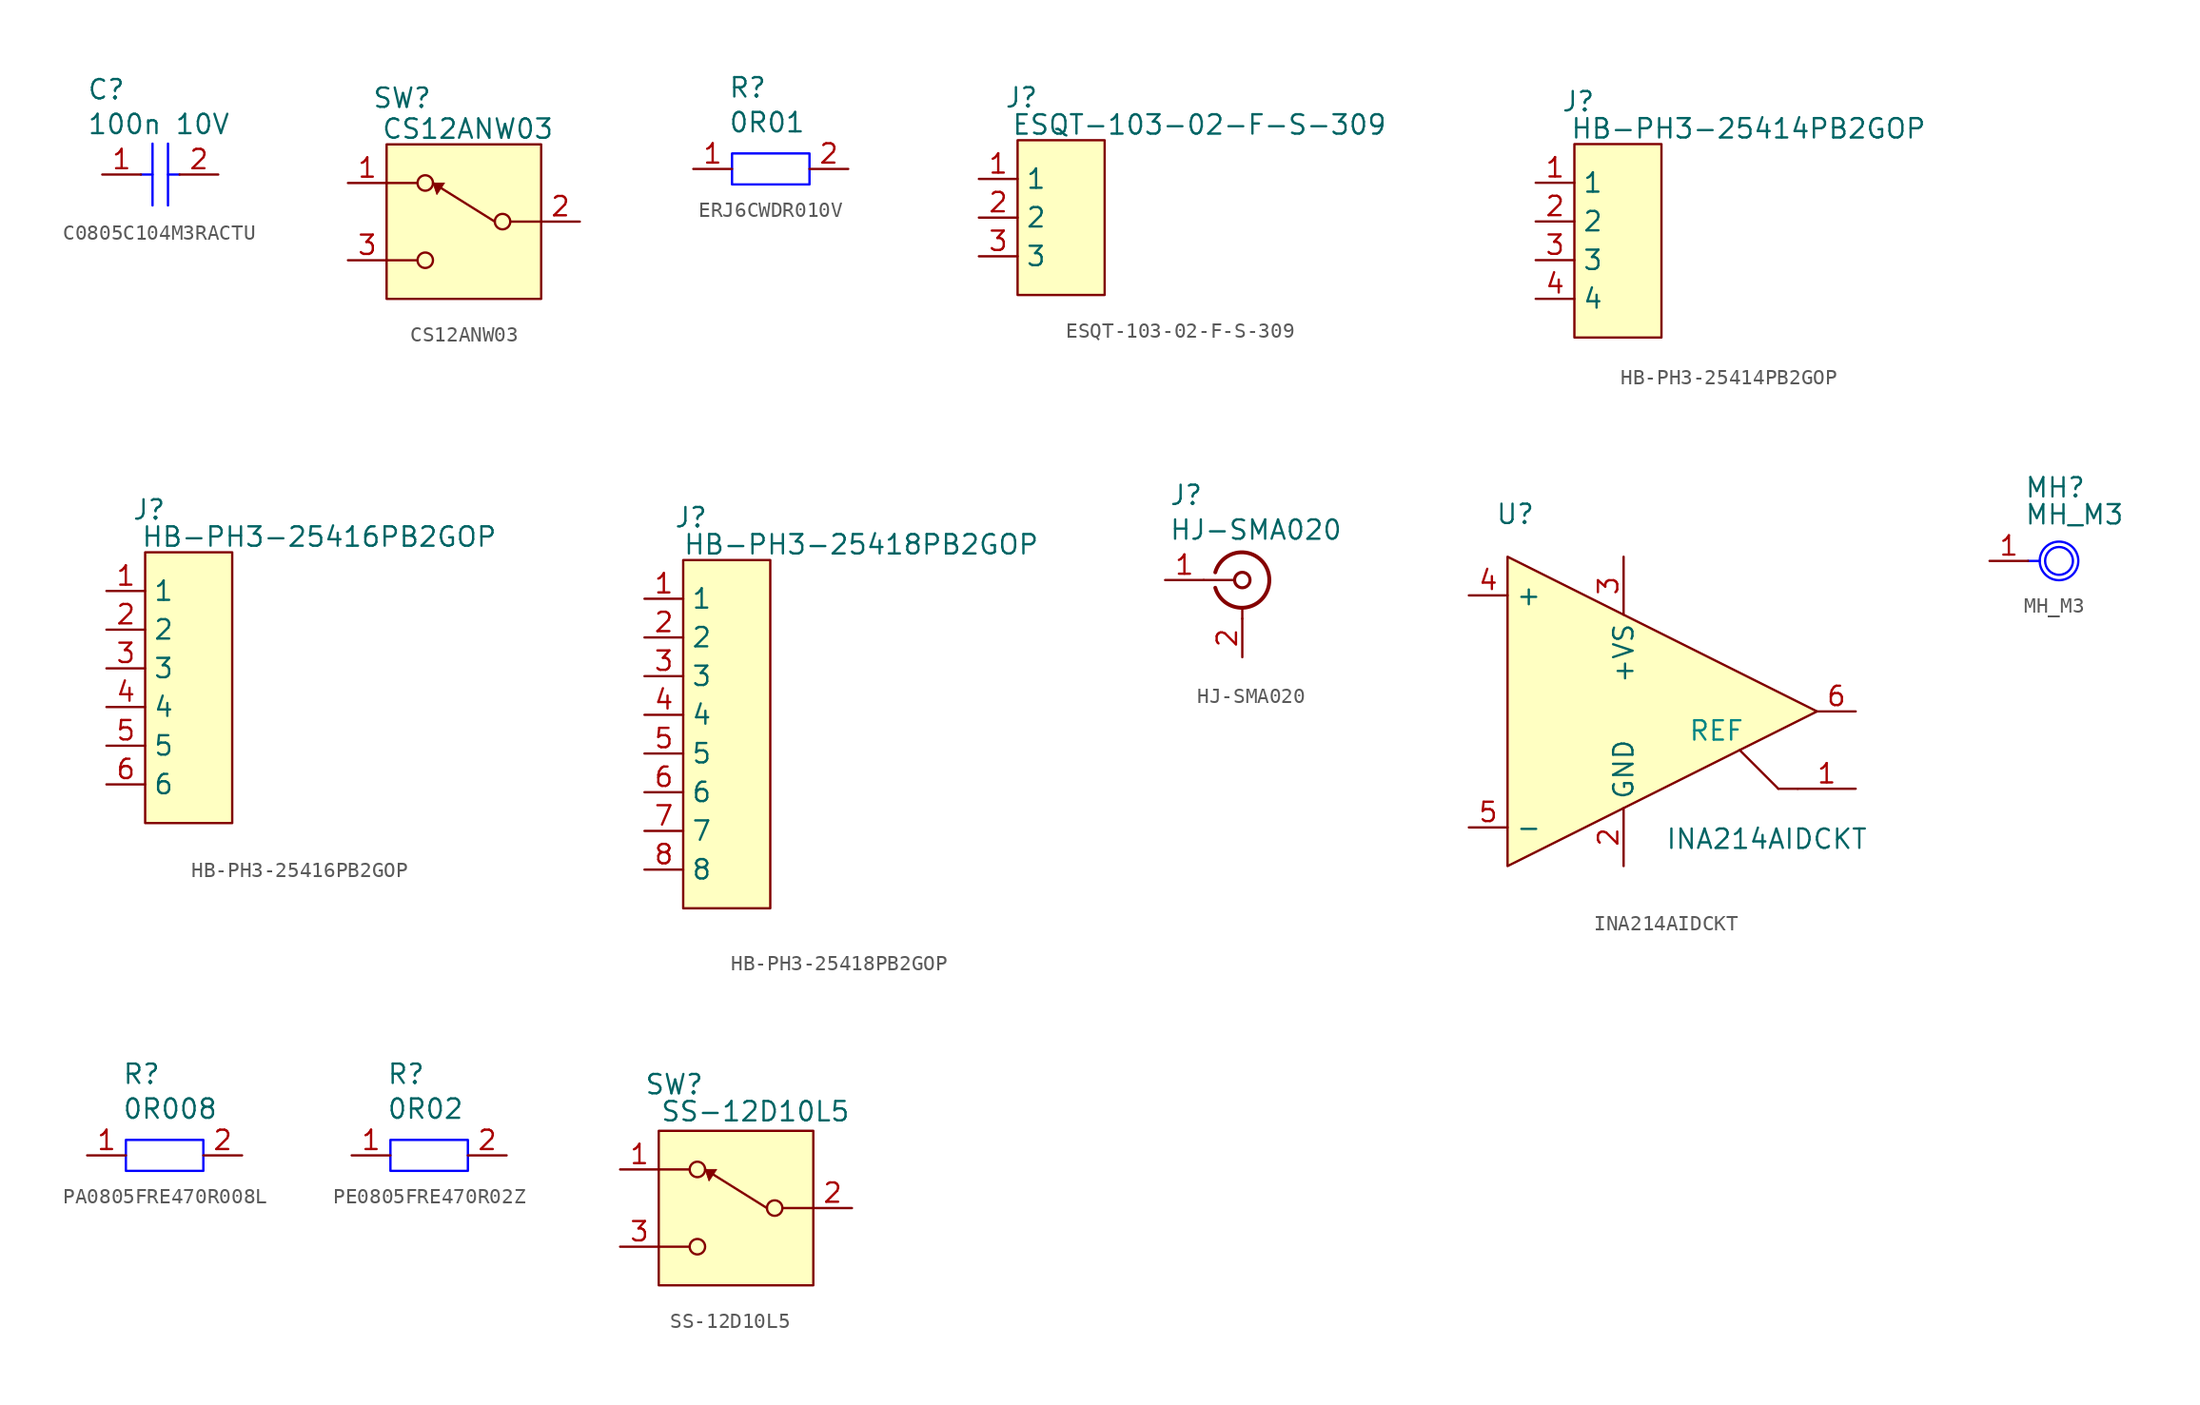
<source format=kicad_sym>
(kicad_symbol_lib
  (version 20231120)
  (generator "kicad_symbol_editor")
  (generator_version "8.0")
  (symbol "C0805C104M3RACTU"
    (property "Reference" "C"
      (at -4.826 5.588 0)
      (effects (font (size 1.27 1.27)) (justify left)))
    (property "Value" "100n 10V"
      (at -4.826 3.302 0)
      (effects (font (size 1.27 1.27)) (justify left)))
    (symbol "C0805C104M3RACTU_1_1"
      (polyline (pts (xy -1.27 0) (xy -0.508 0)) (stroke (width 0) (type default) (color 0 0 255 1)) (fill (type none)))
      (polyline (pts (xy -0.508 2.032) (xy -0.508 -2.032)) (stroke (width 0) (type default) (color 0 0 255 1)) (fill (type none)))
      (polyline (pts (xy 0.508 2.032) (xy 0.508 -2.032)) (stroke (width 0) (type default) (color 0 0 255 1)) (fill (type none)))
      (polyline (pts (xy 1.27 0) (xy 0.508 0)) (stroke (width 0) (type default) (color 0 0 255 1)) (fill (type none)))
      (pin passive line (at -3.81 0 0) (length 2.54) (name "" (effects (font (size 1.27 1.27)))) (number "1" (effects (font (size 1.27 1.27)))))
      (pin passive line (at 3.81 0 180) (length 2.54) (name "" (effects (font (size 1.27 1.27)))) (number "2" (effects (font (size 1.27 1.27)))))))
  (symbol "CS12ANW03"
    (property "Reference" "SW"
      (at 1.016 3.048 0)
      (effects (font (size 1.27 1.27))))
    (property "Value" "CS12ANW03"
      (at 5.334 1.016 0)
      (effects (font (size 1.27 1.27))))
    (symbol "CS12ANW03_0_1"
      (rectangle (start 0 0) (end 10.16 -10.16) (stroke (width 0) (type default) (color 128 0 0 1)) (fill (type background)))
      (circle (center 2.54 -7.62) (radius 0.508) (stroke (width 0) (type default)) (fill (type none)))
      (circle (center 2.54 -2.54) (radius 0.508) (stroke (width 0) (type default)) (fill (type none)))
      (circle (center 7.62 -5.08) (radius 0.508) (stroke (width 0) (type default)) (fill (type none))))
    (symbol "CS12ANW03_1_1"
      (polyline (pts (xy 0 -7.62) (xy 2.032 -7.62)) (stroke (width 0) (type default)) (fill (type none)))
      (polyline (pts (xy 0 -2.54) (xy 2.032 -2.54)) (stroke (width 0) (type default)) (fill (type none)))
      (polyline (pts (xy 7.112 -5.08) (xy 3.048 -2.54)) (stroke (width 0) (type default)) (fill (type none)))
      (polyline (pts (xy 10.16 -5.08) (xy 8.128 -5.08)) (stroke (width 0) (type default)) (fill (type none)))
      (polyline (pts (xy 3.81 -2.54) (xy 3.302 -3.302) (xy 3.048 -2.54) (xy 3.81 -2.54)) (stroke (width 0.051) (type default)) (fill (type color) (color 132 0 0 1)))
      (pin passive line (at -2.54 -2.54 0) (length 2.54) (name "~" (effects (font (size 1.27 1.27)))) (number "1" (effects (font (size 1.27 1.27)))))
      (pin passive line (at 12.7 -5.08 180) (length 2.54) (name "~" (effects (font (size 1.27 1.27)))) (number "2" (effects (font (size 1.27 1.27)))))
      (pin passive line (at -2.54 -7.62 0) (length 2.54) (name "~" (effects (font (size 1.27 1.27)))) (number "3" (effects (font (size 1.27 1.27)))))))
  (symbol "ERJ6CWDR010V"
    (property "Reference" "R"
      (at -2.794 5.334 0)
      (effects (font (size 1.27 1.27)) (justify left)))
    (property "Value" "0R01"
      (at -2.794 3.048 0)
      (effects (font (size 1.27 1.27)) (justify left)))
    (symbol "ERJ6CWDR010V_0_1"
      (rectangle (start -2.54 1.016) (end 2.54 -1.016) (stroke (width 0) (type default) (color 0 0 255 1)) (fill (type none))))
    (symbol "ERJ6CWDR010V_1_1"
      (pin passive line (at -5.08 0 0) (length 2.54) (name "" (effects (font (size 1.27 1.27)))) (number "1" (effects (font (size 1.27 1.27)))))
      (pin passive line (at 5.08 0 180) (length 2.54) (name "" (effects (font (size 1.27 1.27)))) (number "2" (effects (font (size 1.27 1.27)))))))
  (symbol "ESQT-103-02-F-S-309"
    (property "Reference" "J"
      (at 0.254 2.794 0)
      (effects (font (size 1.27 1.27))))
    (property "Value" "ESQT-103-02-F-S-309"
      (at 11.938 1.016 0)
      (effects (font (size 1.27 1.27))))
    (symbol "ESQT-103-02-F-S-309_0_1"
      (rectangle (start 0 0) (end 5.715 -10.16) (stroke (width 0) (type default) (color 128 0 0 1)) (fill (type background))))
    (symbol "ESQT-103-02-F-S-309_1_1"
      (pin passive line (at -2.54 -2.54 0) (length 2.54) (name "1" (effects (font (size 1.27 1.27)))) (number "1" (effects (font (size 1.27 1.27)))))
      (pin passive line (at -2.54 -5.08 0) (length 2.54) (name "2" (effects (font (size 1.27 1.27)))) (number "2" (effects (font (size 1.27 1.27)))))
      (pin passive line (at -2.54 -7.62 0) (length 2.54) (name "3" (effects (font (size 1.27 1.27)))) (number "3" (effects (font (size 1.27 1.27)))))))
  (symbol "HB-PH3-25414PB2GOP"
    (property "Reference" "J"
      (at 0.254 2.794 0)
      (effects (font (size 1.27 1.27))))
    (property "Value" "HB-PH3-25414PB2GOP"
      (at 11.43 1.016 0)
      (effects (font (size 1.27 1.27))))
    (symbol "HB-PH3-25414PB2GOP_0_1"
      (rectangle (start 0 0) (end 5.715 -12.7) (stroke (width 0) (type default) (color 128 0 0 1)) (fill (type background))))
    (symbol "HB-PH3-25414PB2GOP_1_1"
      (pin passive line (at -2.54 -2.54 0) (length 2.54) (name "1" (effects (font (size 1.27 1.27)))) (number "1" (effects (font (size 1.27 1.27)))))
      (pin passive line (at -2.54 -5.08 0) (length 2.54) (name "2" (effects (font (size 1.27 1.27)))) (number "2" (effects (font (size 1.27 1.27)))))
      (pin passive line (at -2.54 -7.62 0) (length 2.54) (name "3" (effects (font (size 1.27 1.27)))) (number "3" (effects (font (size 1.27 1.27)))))
      (pin passive line (at -2.54 -10.16 0) (length 2.54) (name "4" (effects (font (size 1.27 1.27)))) (number "4" (effects (font (size 1.27 1.27)))))))
  (symbol "HB-PH3-25416PB2GOP"
    (property "Reference" "J"
      (at 0.254 2.794 0)
      (effects (font (size 1.27 1.27))))
    (property "Value" "HB-PH3-25416PB2GOP"
      (at 11.43 1.016 0)
      (effects (font (size 1.27 1.27))))
    (symbol "HB-PH3-25416PB2GOP_0_1"
      (rectangle (start 0 0) (end 5.715 -17.78) (stroke (width 0) (type default) (color 128 0 0 1)) (fill (type background))))
    (symbol "HB-PH3-25416PB2GOP_1_1"
      (pin passive line (at -2.54 -2.54 0) (length 2.54) (name "1" (effects (font (size 1.27 1.27)))) (number "1" (effects (font (size 1.27 1.27)))))
      (pin passive line (at -2.54 -5.08 0) (length 2.54) (name "2" (effects (font (size 1.27 1.27)))) (number "2" (effects (font (size 1.27 1.27)))))
      (pin passive line (at -2.54 -7.62 0) (length 2.54) (name "3" (effects (font (size 1.27 1.27)))) (number "3" (effects (font (size 1.27 1.27)))))
      (pin passive line (at -2.54 -10.16 0) (length 2.54) (name "4" (effects (font (size 1.27 1.27)))) (number "4" (effects (font (size 1.27 1.27)))))
      (pin passive line (at -2.54 -12.7 0) (length 2.54) (name "5" (effects (font (size 1.27 1.27)))) (number "5" (effects (font (size 1.27 1.27)))))
      (pin passive line (at -2.54 -15.24 0) (length 2.54) (name "6" (effects (font (size 1.27 1.27)))) (number "6" (effects (font (size 1.27 1.27)))))))
  (symbol "HB-PH3-25418PB2GOP"
    (property "Reference" "J"
      (at 0.508 2.794 0)
      (effects (font (size 1.27 1.27))))
    (property "Value" "HB-PH3-25418PB2GOP"
      (at 11.684 1.016 0)
      (effects (font (size 1.27 1.27))))
    (symbol "HB-PH3-25418PB2GOP_0_1"
      (rectangle (start 0 0) (end 5.715 -22.86) (stroke (width 0) (type default) (color 128 0 0 1)) (fill (type background))))
    (symbol "HB-PH3-25418PB2GOP_1_1"
      (pin passive line (at -2.54 -2.54 0) (length 2.54) (name "1" (effects (font (size 1.27 1.27)))) (number "1" (effects (font (size 1.27 1.27)))))
      (pin passive line (at -2.54 -5.08 0) (length 2.54) (name "2" (effects (font (size 1.27 1.27)))) (number "2" (effects (font (size 1.27 1.27)))))
      (pin passive line (at -2.54 -7.62 0) (length 2.54) (name "3" (effects (font (size 1.27 1.27)))) (number "3" (effects (font (size 1.27 1.27)))))
      (pin passive line (at -2.54 -10.16 0) (length 2.54) (name "4" (effects (font (size 1.27 1.27)))) (number "4" (effects (font (size 1.27 1.27)))))
      (pin passive line (at -2.54 -12.7 0) (length 2.54) (name "5" (effects (font (size 1.27 1.27)))) (number "5" (effects (font (size 1.27 1.27)))))
      (pin passive line (at -2.54 -15.24 0) (length 2.54) (name "6" (effects (font (size 1.27 1.27)))) (number "6" (effects (font (size 1.27 1.27)))))
      (pin passive line (at -2.54 -17.78 0) (length 2.54) (name "7" (effects (font (size 1.27 1.27)))) (number "7" (effects (font (size 1.27 1.27)))))
      (pin passive line (at -2.54 -20.32 0) (length 2.54) (name "8" (effects (font (size 1.27 1.27)))) (number "8" (effects (font (size 1.27 1.27)))))))
  (symbol "HJ-SMA020"
    (property "Reference" "J"
      (at -4.826 5.588 0)
      (effects (font (size 1.27 1.27)) (justify left)))
    (property "Value" "HJ-SMA020"
      (at -4.826 3.302 0)
      (effects (font (size 1.27 1.27)) (justify left)))
    (symbol "HJ-SMA020_0_1"
      (arc (start -1.778 -0.508) (mid 0.2311 -1.8066) (end 1.778 0) (stroke (width 0.254) (type default)) (fill (type none)))
      (polyline (pts (xy -2.54 0) (xy -0.508 0)) (stroke (width 0) (type default)) (fill (type none)))
      (polyline (pts (xy 0 -2.54) (xy 0 -1.778)) (stroke (width 0) (type default)) (fill (type none)))
      (circle (center 0 0) (radius 0.508) (stroke (width 0.203) (type default)) (fill (type none)))
      (arc (start 1.778 0) (mid 0.2099 1.8101) (end -1.778 0.508) (stroke (width 0.254) (type default)) (fill (type none))))
    (symbol "HJ-SMA020_1_1"
      (pin passive line (at -5.08 0 0) (length 2.54) (name "~" (effects (font (size 1.27 1.27)))) (number "1" (effects (font (size 1.27 1.27)))))
      (pin passive line (at 0 -5.08 90) (length 2.54) (name "~" (effects (font (size 1.27 1.27)))) (number "2" (effects (font (size 1.27 1.27)))))))
  (symbol "INA214AIDCKT"
    (property "Reference" "U"
      (at 0.508 2.794 0)
      (effects (font (size 1.27 1.27))))
    (property "Value" "INA214AIDCKT"
      (at 17.018 -18.542 0)
      (effects (font (size 1.27 1.27))))
    (symbol "INA214AIDCKT_0_1"
      (polyline (pts (xy 15.24 -12.7) (xy 17.78 -15.24)) (stroke (width 0) (type default)) (fill (type none))))
    (symbol "INA214AIDCKT_1_1"
      (polyline (pts (xy 19.05 -15.24) (xy 17.78 -15.24)) (stroke (width 0) (type default)) (fill (type none)))
      (polyline (pts (xy 0 0) (xy 0 -20.32) (xy 20.32 -10.16) (xy 0 0)) (stroke (width 0) (type default) (color 128 0 0 1)) (fill (type background)))
      (text "REF" (at 13.716 -11.43 0) (effects (font (size 1.27 1.27) (color 0 132 132 1))))
      (pin passive line (at 22.86 -15.24 180) (length 3.81) (name "~" (effects (font (size 1.27 1.27)))) (number "1" (effects (font (size 1.27 1.27)))))
      (pin input line (at 7.62 -20.32 90) (length 3.81) (name "GND" (effects (font (size 1.27 1.27)))) (number "2" (effects (font (size 1.27 1.27)))))
      (pin input line (at 7.62 0 270) (length 3.81) (name "+VS" (effects (font (size 1.27 1.27)))) (number "3" (effects (font (size 1.27 1.27)))))
      (pin input line (at -2.54 -2.54 0) (length 2.54) (name "+" (effects (font (size 1.27 1.27)))) (number "4" (effects (font (size 1.27 1.27)))))
      (pin input line (at -2.54 -17.78 0) (length 2.54) (name "-" (effects (font (size 1.27 1.27)))) (number "5" (effects (font (size 1.27 1.27)))))
      (pin output line (at 22.86 -10.16 180) (length 2.54) (name "~" (effects (font (size 1.27 1.27)))) (number "6" (effects (font (size 1.27 1.27)))))))
  (symbol "MH_M3"
    (property "Reference" "MH"
      (at -1.524 4.826 0)
      (effects (font (size 1.27 1.27)) (justify left)))
    (property "Value" "MH_M3"
      (at -1.524 3.048 0)
      (effects (font (size 1.27 1.27)) (justify left)))
    (symbol "MH_M3_0_1"
      (polyline (pts (xy -1.27 0) (xy -0.508 0)) (stroke (width 0) (type default) (color 0 0 255 1)) (fill (type none)))
      (circle (center 0.762 0) (radius 0.916) (stroke (width 0) (type default) (color 0 0 255 1)) (fill (type none)))
      (circle (center 0.762 0) (radius 1.27) (stroke (width 0) (type default) (color 0 0 255 1)) (fill (type none))))
    (symbol "MH_M3_1_1"
      (pin passive line (at -3.81 0 0) (length 2.54) (name "" (effects (font (size 1.27 1.27)))) (number "1" (effects (font (size 1.27 1.27)))))))
  (symbol "PA0805FRE470R008L"
    (property "Reference" "R"
      (at -2.794 5.334 0)
      (effects (font (size 1.27 1.27)) (justify left)))
    (property "Value" "0R008"
      (at -2.794 3.048 0)
      (effects (font (size 1.27 1.27)) (justify left)))
    (symbol "PA0805FRE470R008L_0_1"
      (rectangle (start -2.54 1.016) (end 2.54 -1.016) (stroke (width 0) (type default) (color 0 0 255 1)) (fill (type none))))
    (symbol "PA0805FRE470R008L_1_1"
      (pin passive line (at -5.08 0 0) (length 2.54) (name "" (effects (font (size 1.27 1.27)))) (number "1" (effects (font (size 1.27 1.27)))))
      (pin passive line (at 5.08 0 180) (length 2.54) (name "" (effects (font (size 1.27 1.27)))) (number "2" (effects (font (size 1.27 1.27)))))))
  (symbol "PE0805FRE470R02Z"
    (property "Reference" "R"
      (at -2.794 5.334 0)
      (effects (font (size 1.27 1.27)) (justify left)))
    (property "Value" "0R02"
      (at -2.794 3.048 0)
      (effects (font (size 1.27 1.27)) (justify left)))
    (symbol "PE0805FRE470R02Z_0_1"
      (rectangle (start -2.54 1.016) (end 2.54 -1.016) (stroke (width 0) (type default) (color 0 0 255 1)) (fill (type none))))
    (symbol "PE0805FRE470R02Z_1_1"
      (pin passive line (at -5.08 0 0) (length 2.54) (name "" (effects (font (size 1.27 1.27)))) (number "1" (effects (font (size 1.27 1.27)))))
      (pin passive line (at 5.08 0 180) (length 2.54) (name "" (effects (font (size 1.27 1.27)))) (number "2" (effects (font (size 1.27 1.27)))))))
  (symbol "SS-12D10L5 "
    (property "Reference" "SW"
      (at 1.016 3.048 0)
      (effects (font (size 1.27 1.27))))
    (property "Value" "SS-12D10L5 "
      (at 6.35 1.27 0)
      (effects (font (size 1.27 1.27))))
    (symbol "SS-12D10L5 _0_1"
      (rectangle (start 0 0) (end 10.16 -10.16) (stroke (width 0) (type default) (color 128 0 0 1)) (fill (type background)))
      (circle (center 2.54 -7.62) (radius 0.508) (stroke (width 0) (type default)) (fill (type none)))
      (circle (center 2.54 -2.54) (radius 0.508) (stroke (width 0) (type default)) (fill (type none)))
      (circle (center 7.62 -5.08) (radius 0.508) (stroke (width 0) (type default)) (fill (type none))))
    (symbol "SS-12D10L5 _1_1"
      (polyline (pts (xy 0 -7.62) (xy 2.032 -7.62)) (stroke (width 0) (type default)) (fill (type none)))
      (polyline (pts (xy 0 -2.54) (xy 2.032 -2.54)) (stroke (width 0) (type default)) (fill (type none)))
      (polyline (pts (xy 7.112 -5.08) (xy 3.048 -2.54)) (stroke (width 0) (type default)) (fill (type none)))
      (polyline (pts (xy 10.16 -5.08) (xy 8.128 -5.08)) (stroke (width 0) (type default)) (fill (type none)))
      (polyline (pts (xy 3.81 -2.54) (xy 3.302 -3.302) (xy 3.048 -2.54) (xy 3.81 -2.54)) (stroke (width 0.051) (type default)) (fill (type color) (color 132 0 0 1)))
      (pin passive line (at -2.54 -2.54 0) (length 2.54) (name "~" (effects (font (size 1.27 1.27)))) (number "1" (effects (font (size 1.27 1.27)))))
      (pin passive line (at 12.7 -5.08 180) (length 2.54) (name "~" (effects (font (size 1.27 1.27)))) (number "2" (effects (font (size 1.27 1.27)))))
      (pin passive line (at -2.54 -7.62 0) (length 2.54) (name "~" (effects (font (size 1.27 1.27)))) (number "3" (effects (font (size 1.27 1.27))))))))
</source>
